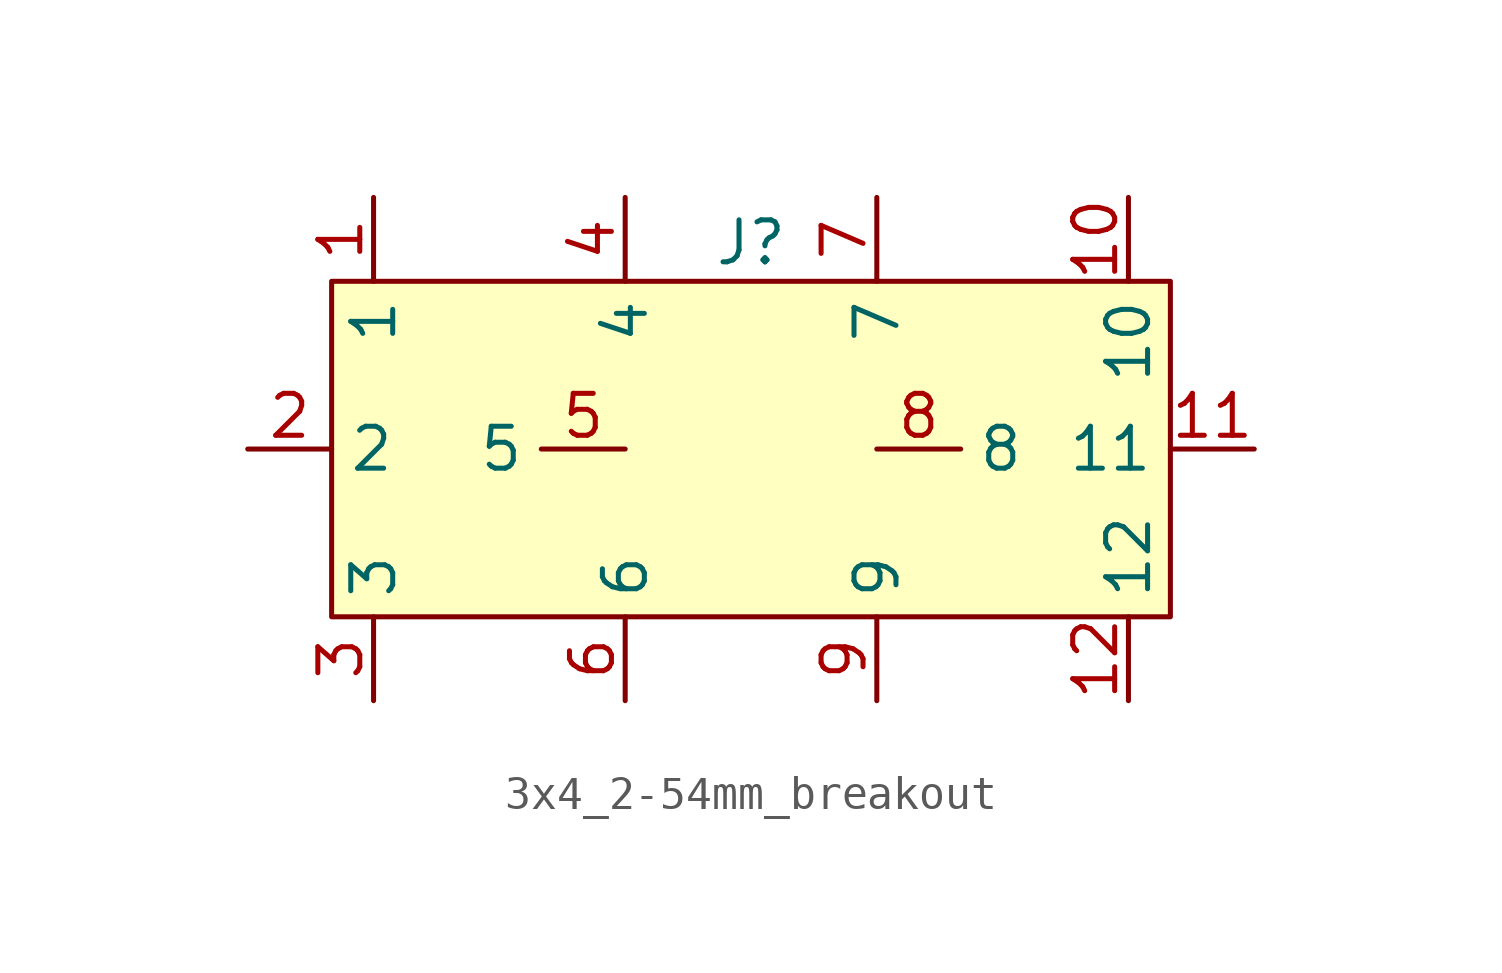
<source format=kicad_sym>
(kicad_symbol_lib
  (version 20241209)
  (generator "kicad_symbol_editor")
  (generator_version "9.0")
  (symbol "3x4_2-54mm_breakout"
    (property "Reference" "J"
      (at 0 6.25 0)
      (effects (font (size 1.27 1.27))))
    (property "Value" ""
      (at 0 0 0)
      (effects (font (size 1.27 1.27))))
    (symbol "3x4_2-54mm_breakout_1_0"
      (pin passive line (at -15.24 0 0) (length 2.54) (name "2" (effects (font (size 1.27 1.27)))) (number "2" (effects (font (size 1.27 1.27)))))
      (pin passive line (at -11.43 7.62 270) (length 2.54) (name "1" (effects (font (size 1.27 1.27)))) (number "1" (effects (font (size 1.27 1.27)))))
      (pin passive line (at -11.43 -7.62 90) (length 2.54) (name "3" (effects (font (size 1.27 1.27)))) (number "3" (effects (font (size 1.27 1.27)))))
      (pin passive line (at -3.81 7.62 270) (length 2.54) (name "4" (effects (font (size 1.27 1.27)))) (number "4" (effects (font (size 1.27 1.27)))))
      (pin passive line (at -3.81 0 180) (length 2.54) (name "5" (effects (font (size 1.27 1.27)))) (number "5" (effects (font (size 1.27 1.27)))))
      (pin passive line (at -3.81 -7.62 90) (length 2.54) (name "6" (effects (font (size 1.27 1.27)))) (number "6" (effects (font (size 1.27 1.27)))))
      (pin passive line (at 3.81 7.62 270) (length 2.54) (name "7" (effects (font (size 1.27 1.27)))) (number "7" (effects (font (size 1.27 1.27)))))
      (pin passive line (at 3.81 0 0) (length 2.54) (name "8" (effects (font (size 1.27 1.27)))) (number "8" (effects (font (size 1.27 1.27)))))
      (pin passive line (at 3.81 -7.62 90) (length 2.54) (name "9" (effects (font (size 1.27 1.27)))) (number "9" (effects (font (size 1.27 1.27)))))
      (pin passive line (at 11.43 7.62 270) (length 2.54) (name "10" (effects (font (size 1.27 1.27)))) (number "10" (effects (font (size 1.27 1.27)))))
      (pin passive line (at 11.43 -7.62 90) (length 2.54) (name "12" (effects (font (size 1.27 1.27)))) (number "12" (effects (font (size 1.27 1.27)))))
      (pin passive line (at 15.24 0 180) (length 2.54) (name "11" (effects (font (size 1.27 1.27)))) (number "11" (effects (font (size 1.27 1.27))))))
    (symbol "3x4_2-54mm_breakout_1_1"
      (rectangle (start -12.7 5.08) (end 12.7 -5.08) (stroke (width 0) (type default)) (fill (type background))))))
</source>
